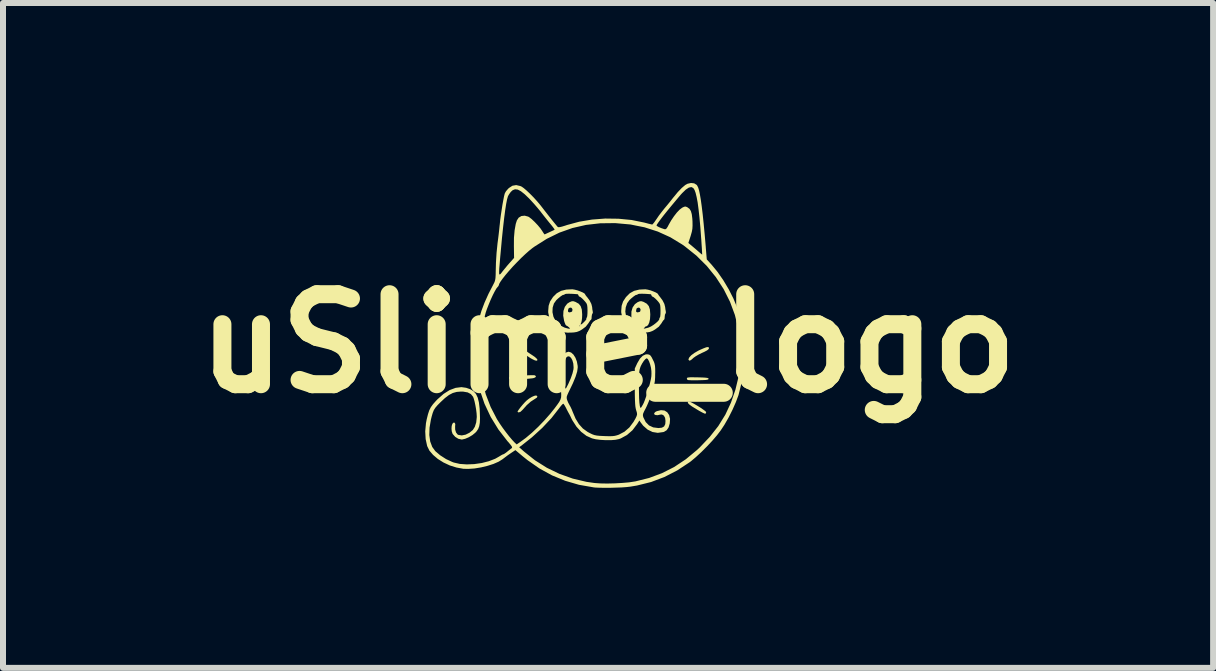
<source format=kicad_pcb>
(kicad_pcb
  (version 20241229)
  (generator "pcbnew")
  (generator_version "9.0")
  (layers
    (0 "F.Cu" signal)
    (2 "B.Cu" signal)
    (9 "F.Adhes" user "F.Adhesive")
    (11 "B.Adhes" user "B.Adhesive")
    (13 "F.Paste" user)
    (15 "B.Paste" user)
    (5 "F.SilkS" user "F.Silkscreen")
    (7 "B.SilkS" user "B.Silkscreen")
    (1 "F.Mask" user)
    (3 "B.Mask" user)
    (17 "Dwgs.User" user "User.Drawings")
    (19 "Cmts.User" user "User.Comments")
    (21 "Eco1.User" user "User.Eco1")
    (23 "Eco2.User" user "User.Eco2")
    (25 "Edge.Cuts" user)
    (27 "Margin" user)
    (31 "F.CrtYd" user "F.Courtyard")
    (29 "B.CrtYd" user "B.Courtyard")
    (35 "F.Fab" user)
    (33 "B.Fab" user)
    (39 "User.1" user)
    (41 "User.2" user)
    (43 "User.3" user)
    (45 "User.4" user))
  (footprint "uSlime_logo"
    (layer "F.Cu")
    (at 7.086 2.676)
    (property "Reference" "uSlime_logo" (at 0 0 0) (layer "F.SilkS") (effects (font (size 1.5 1.5) (thickness 0.3))))
    (attr board_only exclude_from_pos_files exclude_from_bom)
    (fp_poly (pts (xy 1.356 0.968) (xy 1.391 0.983) (xy 1.436 1.007) (xy 1.487 1.037) (xy 1.538 1.068) (xy 1.583 1.099) (xy 1.617 1.124) (xy 1.634 1.142) (xy 1.635 1.145) (xy 1.627 1.166) (xy 1.621 1.171) (xy 1.604 1.166) (xy 1.57 1.15) (xy 1.522 1.124) (xy 1.467 1.091) (xy 1.4 1.05) (xy 1.356 1.018) (xy 1.333 0.995) (xy 1.328 0.978) (xy 1.339 0.965)) (stroke (width 0) (type solid)) (fill yes) (layer "F.SilkS"))
    (fp_poly (pts (xy -1.195 0.867) (xy -1.178 0.882) (xy -1.186 0.901) (xy -1.222 0.925) (xy -1.23 0.93) (xy -1.29 0.969) (xy -1.356 1.028) (xy -1.424 1.104) (xy -1.425 1.105) (xy -1.461 1.139) (xy -1.491 1.149) (xy -1.509 1.14) (xy -1.505 1.126) (xy -1.486 1.098) (xy -1.458 1.061) (xy -1.423 1.019) (xy -1.387 0.979) (xy -1.354 0.947) (xy -1.315 0.917) (xy -1.271 0.89) (xy -1.23 0.872) (xy -1.201 0.866)) (stroke (width 0) (type solid)) (fill yes) (layer "F.SilkS"))
    (fp_poly (pts (xy 1.68 0.067) (xy 1.682 0.078) (xy 1.675 0.094) (xy 1.651 0.114) (xy 1.606 0.138) (xy 1.568 0.155) (xy 1.511 0.183) (xy 1.46 0.213) (xy 1.423 0.239) (xy 1.415 0.247) (xy 1.38 0.277) (xy 1.355 0.286) (xy 1.342 0.273) (xy 1.34 0.261) (xy 1.353 0.232) (xy 1.386 0.196) (xy 1.437 0.158) (xy 1.501 0.121) (xy 1.521 0.111) (xy 1.589 0.081) (xy 1.636 0.063) (xy 1.666 0.059)) (stroke (width 0) (type solid)) (fill yes) (layer "F.SilkS"))
    (fp_poly (pts (xy -1.221 0.53) (xy -1.221 0.53) (xy -1.203 0.544) (xy -1.208 0.56) (xy -1.233 0.574) (xy -1.262 0.58) (xy -1.331 0.587) (xy -1.405 0.592) (xy -1.477 0.596) (xy -1.543 0.597) (xy -1.597 0.596) (xy -1.634 0.593) (xy -1.648 0.588) (xy -1.65 0.566) (xy -1.646 0.561) (xy -1.629 0.556) (xy -1.591 0.55) (xy -1.537 0.545) (xy -1.473 0.539) (xy -1.406 0.534) (xy -1.341 0.53) (xy -1.285 0.528) (xy -1.243 0.528)) (stroke (width 0) (type solid)) (fill yes) (layer "F.SilkS"))
    (fp_poly (pts (xy 1.494 0.564) (xy 1.569 0.566) (xy 1.621 0.569) (xy 1.653 0.573) (xy 1.67 0.579) (xy 1.676 0.587) (xy 1.676 0.588) (xy 1.671 0.597) (xy 1.656 0.603) (xy 1.624 0.608) (xy 1.574 0.61) (xy 1.504 0.612) (xy 1.438 0.613) (xy 1.382 0.612) (xy 1.342 0.61) (xy 1.323 0.607) (xy 1.323 0.607) (xy 1.314 0.586) (xy 1.313 0.579) (xy 1.318 0.571) (xy 1.336 0.566) (xy 1.37 0.563) (xy 1.424 0.563)) (stroke (width 0) (type solid)) (fill yes) (layer "F.SilkS"))
    (fp_poly (pts (xy -1.502 0.014) (xy -1.462 0.047) (xy -1.451 0.056) (xy -1.4 0.099) (xy -1.338 0.145) (xy -1.278 0.185) (xy -1.275 0.187) (xy -1.222 0.223) (xy -1.189 0.253) (xy -1.176 0.274) (xy -1.185 0.285) (xy -1.2 0.286) (xy -1.225 0.279) (xy -1.262 0.261) (xy -1.293 0.244) (xy -1.343 0.211) (xy -1.397 0.172) (xy -1.45 0.131) (xy -1.496 0.092) (xy -1.53 0.06) (xy -1.545 0.042) (xy -1.55 0.013) (xy -1.543 0.003) (xy -1.528 0.000292)) (stroke (width 0) (type solid)) (fill yes) (layer "F.SilkS"))
    (fp_poly (pts (xy 0.66 -0.898) (xy 0.707 -0.886) (xy 0.755 -0.868) (xy 0.797 -0.85) (xy 0.826 -0.832) (xy 0.834 -0.82) (xy 0.843 -0.805) (xy 0.863 -0.779) (xy 0.865 -0.777) (xy 0.908 -0.719) (xy 0.938 -0.66) (xy 0.951 -0.609) (xy 0.956 -0.567) (xy 0.962 -0.537) (xy 0.963 -0.51) (xy 0.957 -0.499) (xy 0.948 -0.481) (xy 0.944 -0.448) (xy 0.944 -0.444) (xy 0.941 -0.412) (xy 0.934 -0.397) (xy 0.933 -0.397) (xy 0.921 -0.386) (xy 0.902 -0.358) (xy 0.891 -0.339) (xy 0.845 -0.28) (xy 0.783 -0.234) (xy 0.737 -0.208) (xy 0.696 -0.193) (xy 0.649 -0.185) (xy 0.603 -0.182) (xy 0.541 -0.181) (xy 0.495 -0.186) (xy 0.454 -0.198) (xy 0.438 -0.205) (xy 0.351 -0.26) (xy 0.285 -0.331) (xy 0.241 -0.417) (xy 0.22 -0.513) (xy 0.219 -0.533) (xy 0.287 -0.533) (xy 0.296 -0.48) (xy 0.32 -0.421) (xy 0.352 -0.365) (xy 0.388 -0.323) (xy 0.394 -0.319) (xy 0.432 -0.29) (xy 0.406 -0.367) (xy 0.388 -0.452) (xy 0.389 -0.532) (xy 0.396 -0.557) (xy 0.468 -0.557) (xy 0.468 -0.53) (xy 0.483 -0.52) (xy 0.497 -0.52) (xy 0.526 -0.527) (xy 0.538 -0.54) (xy 0.541 -0.573) (xy 0.525 -0.595) (xy 0.501 -0.599) (xy 0.476 -0.585) (xy 0.468 -0.557) (xy 0.396 -0.557) (xy 0.409 -0.601) (xy 0.447 -0.656) (xy 0.492 -0.689) (xy 0.526 -0.703) (xy 0.553 -0.706) (xy 0.586 -0.696) (xy 0.597 -0.691) (xy 0.646 -0.663) (xy 0.679 -0.623) (xy 0.697 -0.567) (xy 0.703 -0.489) (xy 0.703 -0.479) (xy 0.699 -0.407) (xy 0.686 -0.349) (xy 0.667 -0.308) (xy 0.643 -0.288) (xy 0.636 -0.287) (xy 0.618 -0.28) (xy 0.616 -0.275) (xy 0.604 -0.261) (xy 0.592 -0.256) (xy 0.575 -0.25) (xy 0.585 -0.248) (xy 0.591 -0.248) (xy 0.617 -0.251) (xy 0.658 -0.261) (xy 0.68 -0.268) (xy 0.717 -0.285) (xy 0.758 -0.311) (xy 0.798 -0.342) (xy 0.831 -0.372) (xy 0.851 -0.397) (xy 0.854 -0.412) (xy 0.857 -0.427) (xy 0.862 -0.431) (xy 0.869 -0.449) (xy 0.873 -0.488) (xy 0.874 -0.544) (xy 0.874 -0.549) (xy 0.872 -0.605) (xy 0.868 -0.641) (xy 0.858 -0.668) (xy 0.839 -0.694) (xy 0.817 -0.719) (xy 0.784 -0.752) (xy 0.757 -0.774) (xy 0.743 -0.78) (xy 0.727 -0.791) (xy 0.725 -0.8) (xy 0.716 -0.819) (xy 0.708 -0.822) (xy 0.625 -0.828) (xy 0.56 -0.83) (xy 0.515 -0.828) (xy 0.494 -0.822) (xy 0.492 -0.82) (xy 0.485 -0.811) (xy 0.481 -0.812) (xy 0.462 -0.809) (xy 0.429 -0.787) (xy 0.384 -0.75) (xy 0.355 -0.723) (xy 0.318 -0.671) (xy 0.294 -0.602) (xy 0.287 -0.533) (xy 0.219 -0.533) (xy 0.219 -0.544) (xy 0.226 -0.629) (xy 0.25 -0.701) (xy 0.296 -0.771) (xy 0.301 -0.777) (xy 0.362 -0.838) (xy 0.434 -0.878) (xy 0.521 -0.899) (xy 0.621 -0.904)) (stroke (width 0) (type solid)) (fill yes) (layer "F.SilkS"))
    (fp_poly (pts (xy -0.558 -0.898) (xy -0.511 -0.886) (xy -0.462 -0.868) (xy -0.42 -0.85) (xy -0.391 -0.832) (xy -0.383 -0.82) (xy -0.375 -0.805) (xy -0.355 -0.779) (xy -0.352 -0.777) (xy -0.309 -0.719) (xy -0.279 -0.66) (xy -0.266 -0.609) (xy -0.262 -0.567) (xy -0.256 -0.537) (xy -0.254 -0.51) (xy -0.261 -0.499) (xy -0.269 -0.481) (xy -0.274 -0.448) (xy -0.274 -0.444) (xy -0.276 -0.412) (xy -0.283 -0.397) (xy -0.284 -0.397) (xy -0.296 -0.386) (xy -0.315 -0.358) (xy -0.327 -0.339) (xy -0.373 -0.28) (xy -0.435 -0.234) (xy -0.481 -0.208) (xy -0.521 -0.193) (xy -0.568 -0.185) (xy -0.615 -0.182) (xy -0.677 -0.181) (xy -0.723 -0.186) (xy -0.763 -0.198) (xy -0.78 -0.205) (xy -0.866 -0.26) (xy -0.932 -0.331) (xy -0.977 -0.417) (xy -0.997 -0.513) (xy -0.998 -0.523) (xy -0.927 -0.523) (xy -0.911 -0.447) (xy -0.877 -0.378) (xy -0.839 -0.334) (xy -0.787 -0.296) (xy -0.725 -0.265) (xy -0.666 -0.249) (xy -0.651 -0.247) (xy -0.635 -0.248) (xy -0.639 -0.257) (xy -0.657 -0.274) (xy -0.682 -0.293) (xy -0.685 -0.294) (xy -0.479 -0.294) (xy -0.472 -0.287) (xy -0.465 -0.294) (xy -0.472 -0.301) (xy -0.479 -0.294) (xy -0.685 -0.294) (xy -0.699 -0.301) (xy -0.709 -0.313) (xy -0.722 -0.344) (xy -0.733 -0.378) (xy -0.748 -0.464) (xy -0.744 -0.544) (xy -0.739 -0.557) (xy -0.668 -0.557) (xy -0.667 -0.53) (xy -0.652 -0.52) (xy -0.638 -0.52) (xy -0.61 -0.527) (xy -0.597 -0.54) (xy -0.594 -0.573) (xy -0.61 -0.595) (xy -0.634 -0.599) (xy -0.659 -0.585) (xy -0.668 -0.557) (xy -0.739 -0.557) (xy -0.721 -0.611) (xy -0.681 -0.664) (xy -0.644 -0.688) (xy -0.609 -0.703) (xy -0.583 -0.706) (xy -0.55 -0.696) (xy -0.539 -0.691) (xy -0.489 -0.663) (xy -0.457 -0.623) (xy -0.438 -0.566) (xy -0.432 -0.489) (xy -0.432 -0.479) (xy -0.434 -0.424) (xy -0.44 -0.377) (xy -0.448 -0.347) (xy -0.449 -0.345) (xy -0.459 -0.321) (xy -0.452 -0.316) (xy -0.431 -0.33) (xy -0.397 -0.362) (xy -0.397 -0.362) (xy -0.372 -0.39) (xy -0.361 -0.407) (xy -0.361 -0.41) (xy -0.364 -0.419) (xy -0.357 -0.429) (xy -0.348 -0.454) (xy -0.344 -0.5) (xy -0.343 -0.554) (xy -0.345 -0.608) (xy -0.35 -0.644) (xy -0.361 -0.671) (xy -0.382 -0.698) (xy -0.401 -0.719) (xy -0.433 -0.752) (xy -0.46 -0.774) (xy -0.474 -0.78) (xy -0.49 -0.791) (xy -0.492 -0.8) (xy -0.502 -0.819) (xy -0.51 -0.822) (xy -0.592 -0.828) (xy -0.658 -0.83) (xy -0.702 -0.828) (xy -0.724 -0.822) (xy -0.725 -0.82) (xy -0.733 -0.811) (xy -0.736 -0.812) (xy -0.755 -0.809) (xy -0.789 -0.787) (xy -0.834 -0.75) (xy -0.863 -0.723) (xy -0.903 -0.667) (xy -0.924 -0.598) (xy -0.927 -0.523) (xy -0.998 -0.523) (xy -0.998 -0.544) (xy -0.991 -0.629) (xy -0.967 -0.701) (xy -0.921 -0.771) (xy -0.917 -0.777) (xy -0.855 -0.838) (xy -0.783 -0.878) (xy -0.697 -0.899) (xy -0.597 -0.904)) (stroke (width 0) (type solid)) (fill yes) (layer "F.SilkS"))
    (fp_poly (pts (xy 1.435 -2.67) (xy 1.477 -2.644) (xy 1.486 -2.631) (xy 1.502 -2.599) (xy 1.517 -2.55) (xy 1.531 -2.482) (xy 1.546 -2.394) (xy 1.561 -2.285) (xy 1.577 -2.153) (xy 1.593 -1.998) (xy 1.61 -1.819) (xy 1.628 -1.613) (xy 1.629 -1.594) (xy 1.645 -1.402) (xy 1.726 -1.313) (xy 1.825 -1.193) (xy 1.922 -1.053) (xy 2.012 -0.902) (xy 2.09 -0.748) (xy 2.152 -0.598) (xy 2.165 -0.559) (xy 2.226 -0.334) (xy 2.263 -0.1) (xy 2.277 0.14) (xy 2.267 0.381) (xy 2.234 0.618) (xy 2.177 0.847) (xy 2.173 0.862) (xy 2.13 0.977) (xy 2.074 1.104) (xy 2.009 1.233) (xy 1.939 1.355) (xy 1.877 1.449) (xy 1.814 1.531) (xy 1.735 1.623) (xy 1.647 1.717) (xy 1.554 1.81) (xy 1.464 1.893) (xy 1.382 1.962) (xy 1.358 1.98) (xy 1.153 2.115) (xy 0.939 2.225) (xy 0.716 2.309) (xy 0.482 2.367) (xy 0.369 2.386) (xy 0.306 2.393) (xy 0.225 2.399) (xy 0.132 2.402) (xy 0.036 2.405) (xy -0.058 2.405) (xy -0.143 2.404) (xy -0.211 2.401) (xy -0.239 2.398) (xy -0.485 2.355) (xy -0.715 2.288) (xy -0.934 2.198) (xy -1.142 2.084) (xy -1.343 1.944) (xy -1.419 1.883) (xy -1.545 1.777) (xy -1.617 1.825) (xy -1.671 1.862) (xy -1.728 1.905) (xy -1.758 1.928) (xy -1.823 1.969) (xy -1.91 2.007) (xy -2.01 2.039) (xy -2.118 2.065) (xy -2.227 2.083) (xy -2.331 2.09) (xy -2.413 2.088) (xy -2.527 2.067) (xy -2.639 2.032) (xy -2.744 1.983) (xy -2.838 1.924) (xy -2.917 1.857) (xy -2.978 1.786) (xy -3.015 1.711) (xy -3.016 1.708) (xy -3.041 1.593) (xy -3.048 1.464) (xy -3.036 1.33) (xy -3.023 1.262) (xy -3.002 1.178) (xy -2.981 1.114) (xy -2.954 1.061) (xy -2.918 1.011) (xy -2.869 0.956) (xy -2.842 0.928) (xy -2.741 0.839) (xy -2.641 0.776) (xy -2.541 0.739) (xy -2.444 0.727) (xy -2.366 0.738) (xy -2.297 0.762) (xy -2.243 0.795) (xy -2.202 0.841) (xy -2.173 0.902) (xy -2.153 0.983) (xy -2.141 1.085) (xy -2.138 1.149) (xy -2.135 1.246) (xy -2.138 1.32) (xy -2.148 1.378) (xy -2.165 1.424) (xy -2.191 1.463) (xy -2.212 1.486) (xy -2.261 1.526) (xy -2.321 1.562) (xy -2.382 1.588) (xy -2.434 1.6) (xy -2.442 1.6) (xy -2.496 1.588) (xy -2.548 1.556) (xy -2.588 1.511) (xy -2.593 1.503) (xy -2.606 1.463) (xy -2.61 1.418) (xy -2.607 1.375) (xy -2.596 1.34) (xy -2.58 1.32) (xy -2.559 1.319) (xy -2.558 1.32) (xy -2.547 1.342) (xy -2.55 1.383) (xy -2.549 1.435) (xy -2.535 1.482) (xy -2.509 1.516) (xy -2.496 1.523) (xy -2.439 1.532) (xy -2.374 1.519) (xy -2.31 1.487) (xy -2.254 1.441) (xy -2.221 1.388) (xy -2.198 1.315) (xy -2.189 1.228) (xy -2.189 1.215) (xy -2.192 1.163) (xy -2.2 1.098) (xy -2.212 1.029) (xy -2.226 0.964) (xy -2.241 0.912) (xy -2.251 0.887) (xy -2.287 0.843) (xy -2.34 0.815) (xy -2.414 0.802) (xy -2.455 0.801) (xy -2.525 0.807) (xy -2.589 0.825) (xy -2.652 0.858) (xy -2.719 0.909) (xy -2.789 0.974) (xy -2.842 1.027) (xy -2.878 1.069) (xy -2.904 1.109) (xy -2.923 1.156) (xy -2.94 1.215) (xy -2.953 1.267) (xy -2.976 1.403) (xy -2.98 1.525) (xy -2.965 1.633) (xy -2.931 1.724) (xy -2.88 1.794) (xy -2.799 1.863) (xy -2.701 1.926) (xy -2.596 1.975) (xy -2.571 1.984) (xy -2.471 2.007) (xy -2.355 2.015) (xy -2.231 2.01) (xy -2.106 1.992) (xy -1.988 1.962) (xy -1.882 1.921) (xy -1.82 1.886) (xy -1.784 1.864) (xy -1.756 1.849) (xy -1.747 1.847) (xy -1.729 1.838) (xy -1.7 1.818) (xy -1.689 1.809) (xy -1.653 1.78) (xy -1.621 1.755) (xy -1.615 1.751) (xy -1.603 1.741) (xy -1.6 1.729) (xy -1.607 1.713) (xy -1.627 1.686) (xy -1.661 1.645) (xy -1.677 1.628) (xy -1.828 1.433) (xy -1.956 1.225) (xy -2.06 1.004) (xy -2.139 0.773) (xy -2.177 0.618) (xy -2.191 0.529) (xy -2.202 0.421) (xy -2.21 0.301) (xy -2.214 0.177) (xy -2.214 0.164) (xy -2.146 0.164) (xy -2.133 0.396) (xy -2.097 0.624) (xy -2.039 0.846) (xy -1.957 1.059) (xy -1.853 1.26) (xy -1.802 1.34) (xy -1.755 1.408) (xy -1.703 1.478) (xy -1.65 1.546) (xy -1.601 1.604) (xy -1.562 1.646) (xy -1.557 1.651) (xy -1.524 1.682) (xy -1.465 1.642) (xy -1.372 1.574) (xy -1.27 1.488) (xy -1.165 1.389) (xy -1.062 1.282) (xy -0.965 1.172) (xy -0.892 1.081) (xy -0.846 1.019) (xy -0.814 0.973) (xy -0.794 0.934) (xy -0.783 0.897) (xy -0.781 0.853) (xy -0.784 0.796) (xy -0.79 0.722) (xy -0.799 0.583) (xy -0.799 0.472) (xy -0.73 0.472) (xy -0.729 0.543) (xy -0.727 0.612) (xy -0.724 0.672) (xy -0.718 0.719) (xy -0.711 0.747) (xy -0.705 0.752) (xy -0.698 0.741) (xy -0.682 0.711) (xy -0.663 0.674) (xy -0.622 0.58) (xy -0.593 0.497) (xy -0.577 0.429) (xy -0.575 0.398) (xy -0.58 0.334) (xy -0.595 0.28) (xy -0.617 0.24) (xy -0.643 0.217) (xy -0.669 0.213) (xy -0.695 0.231) (xy -0.711 0.259) (xy -0.719 0.291) (xy -0.724 0.34) (xy -0.728 0.402) (xy -0.73 0.472) (xy -0.799 0.472) (xy -0.8 0.448) (xy -0.793 0.325) (xy -0.785 0.264) (xy -0.768 0.22) (xy -0.736 0.178) (xy -0.697 0.148) (xy -0.658 0.137) (xy -0.616 0.15) (xy -0.577 0.185) (xy -0.544 0.237) (xy -0.52 0.301) (xy -0.507 0.372) (xy -0.506 0.399) (xy -0.515 0.466) (xy -0.542 0.554) (xy -0.586 0.661) (xy -0.631 0.755) (xy -0.66 0.815) (xy -0.679 0.857) (xy -0.689 0.886) (xy -0.69 0.909) (xy -0.686 0.931) (xy -0.683 0.941) (xy -0.665 0.985) (xy -0.644 1.024) (xy -0.643 1.026) (xy -0.625 1.058) (xy -0.604 1.103) (xy -0.59 1.139) (xy -0.541 1.254) (xy -0.485 1.345) (xy -0.42 1.417) (xy -0.342 1.473) (xy -0.305 1.493) (xy -0.264 1.513) (xy -0.228 1.526) (xy -0.189 1.534) (xy -0.141 1.539) (xy -0.076 1.542) (xy -0.056 1.543) (xy 0.017 1.545) (xy 0.07 1.544) (xy 0.112 1.539) (xy 0.148 1.53) (xy 0.18 1.519) (xy 0.273 1.47) (xy 0.355 1.399) (xy 0.422 1.309) (xy 0.426 1.303) (xy 0.457 1.249) (xy 0.475 1.211) (xy 0.483 1.183) (xy 0.481 1.156) (xy 0.472 1.124) (xy 0.468 1.113) (xy 0.461 1.085) (xy 0.455 1.05) (xy 0.451 1.004) (xy 0.448 0.943) (xy 0.446 0.863) (xy 0.445 0.761) (xy 0.445 0.732) (xy 0.445 0.698) (xy 0.514 0.698) (xy 0.515 0.815) (xy 0.517 0.912) (xy 0.522 0.988) (xy 0.529 1.041) (xy 0.537 1.069) (xy 0.547 1.072) (xy 0.547 1.072) (xy 0.559 1.054) (xy 0.579 1.02) (xy 0.594 0.991) (xy 0.61 0.951) (xy 0.631 0.892) (xy 0.654 0.822) (xy 0.676 0.748) (xy 0.678 0.738) (xy 0.699 0.658) (xy 0.713 0.597) (xy 0.721 0.548) (xy 0.723 0.505) (xy 0.722 0.459) (xy 0.722 0.459) (xy 0.715 0.403) (xy 0.701 0.348) (xy 0.684 0.299) (xy 0.665 0.263) (xy 0.648 0.247) (xy 0.645 0.246) (xy 0.624 0.258) (xy 0.596 0.289) (xy 0.568 0.332) (xy 0.545 0.376) (xy 0.535 0.403) (xy 0.527 0.43) (xy 0.521 0.462) (xy 0.518 0.503) (xy 0.515 0.56) (xy 0.514 0.636) (xy 0.514 0.698) (xy 0.445 0.698) (xy 0.445 0.417) (xy 0.487 0.327) (xy 0.531 0.252) (xy 0.578 0.204) (xy 0.628 0.181) (xy 0.66 0.18) (xy 0.686 0.186) (xy 0.705 0.199) (xy 0.725 0.227) (xy 0.745 0.267) (xy 0.764 0.305) (xy 0.775 0.338) (xy 0.782 0.373) (xy 0.785 0.417) (xy 0.786 0.479) (xy 0.785 0.499) (xy 0.784 0.568) (xy 0.78 0.624) (xy 0.771 0.676) (xy 0.757 0.734) (xy 0.735 0.807) (xy 0.733 0.814) (xy 0.708 0.89) (xy 0.678 0.967) (xy 0.648 1.037) (xy 0.627 1.081) (xy 0.6 1.132) (xy 0.585 1.166) (xy 0.58 1.191) (xy 0.583 1.213) (xy 0.588 1.231) (xy 0.627 1.309) (xy 0.682 1.365) (xy 0.752 1.398) (xy 0.839 1.409) (xy 0.839 1.409) (xy 0.897 1.403) (xy 0.934 1.382) (xy 0.953 1.343) (xy 0.957 1.29) (xy 0.95 1.238) (xy 0.929 1.201) (xy 0.898 1.183) (xy 0.871 1.185) (xy 0.825 1.195) (xy 0.79 1.192) (xy 0.77 1.18) (xy 0.768 1.162) (xy 0.787 1.141) (xy 0.812 1.128) (xy 0.881 1.111) (xy 0.94 1.117) (xy 0.986 1.146) (xy 1.018 1.193) (xy 1.033 1.256) (xy 1.028 1.331) (xy 1.008 1.399) (xy 0.977 1.445) (xy 0.933 1.472) (xy 0.92 1.476) (xy 0.828 1.489) (xy 0.741 1.475) (xy 0.659 1.435) (xy 0.586 1.371) (xy 0.543 1.315) (xy 0.522 1.283) (xy 0.485 1.342) (xy 0.407 1.445) (xy 0.315 1.525) (xy 0.211 1.582) (xy 0.18 1.593) (xy 0.122 1.605) (xy 0.047 1.611) (xy -0.039 1.611) (xy -0.126 1.606) (xy -0.206 1.596) (xy -0.268 1.581) (xy -0.361 1.539) (xy -0.449 1.472) (xy -0.527 1.386) (xy -0.593 1.284) (xy -0.61 1.252) (xy -0.63 1.209) (xy -0.648 1.175) (xy -0.655 1.163) (xy -0.668 1.139) (xy -0.688 1.101) (xy -0.701 1.074) (xy -0.722 1.036) (xy -0.739 1.01) (xy -0.747 1.003) (xy -0.76 1.012) (xy -0.784 1.038) (xy -0.813 1.075) (xy -0.814 1.077) (xy -0.944 1.243) (xy -1.097 1.406) (xy -1.269 1.563) (xy -1.428 1.689) (xy -1.482 1.729) (xy -1.401 1.801) (xy -1.219 1.946) (xy -1.021 2.071) (xy -0.81 2.173) (xy -0.588 2.252) (xy -0.359 2.306) (xy -0.226 2.325) (xy -0.128 2.332) (xy -0.013 2.334) (xy 0.111 2.331) (xy 0.235 2.324) (xy 0.351 2.314) (xy 0.449 2.299) (xy 0.456 2.298) (xy 0.684 2.241) (xy 0.899 2.161) (xy 1.102 2.058) (xy 1.296 1.929) (xy 1.482 1.775) (xy 1.528 1.732) (xy 1.695 1.556) (xy 1.837 1.376) (xy 1.954 1.187) (xy 2.048 0.986) (xy 2.122 0.772) (xy 2.171 0.568) (xy 2.182 0.49) (xy 2.19 0.391) (xy 2.194 0.279) (xy 2.196 0.16) (xy 2.194 0.041) (xy 2.189 -0.072) (xy 2.181 -0.172) (xy 2.17 -0.246) (xy 2.114 -0.475) (xy 2.032 -0.696) (xy 1.926 -0.907) (xy 1.796 -1.107) (xy 1.645 -1.293) (xy 1.472 -1.465) (xy 1.28 -1.619) (xy 1.235 -1.651) (xy 1.038 -1.771) (xy 0.829 -1.866) (xy 0.608 -1.937) (xy 0.457 -1.967) (xy 0.807 -1.967) (xy 0.819 -1.956) (xy 0.848 -1.94) (xy 0.888 -1.923) (xy 0.93 -1.909) (xy 0.939 -1.906) (xy 0.957 -1.905) (xy 0.973 -1.916) (xy 0.992 -1.944) (xy 1.01 -1.979) (xy 1.051 -2.051) (xy 1.098 -2.121) (xy 1.147 -2.184) (xy 1.194 -2.233) (xy 1.234 -2.263) (xy 1.235 -2.264) (xy 1.269 -2.28) (xy 1.292 -2.283) (xy 1.317 -2.274) (xy 1.323 -2.27) (xy 1.357 -2.245) (xy 1.38 -2.208) (xy 1.395 -2.156) (xy 1.404 -2.084) (xy 1.407 -2.035) (xy 1.408 -1.966) (xy 1.405 -1.912) (xy 1.396 -1.863) (xy 1.38 -1.806) (xy 1.375 -1.789) (xy 1.338 -1.676) (xy 1.404 -1.621) (xy 1.449 -1.583) (xy 1.494 -1.544) (xy 1.518 -1.523) (xy 1.547 -1.498) (xy 1.565 -1.484) (xy 1.569 -1.482) (xy 1.568 -1.496) (xy 1.566 -1.533) (xy 1.563 -1.588) (xy 1.558 -1.659) (xy 1.553 -1.74) (xy 1.552 -1.751) (xy 1.538 -1.939) (xy 1.523 -2.101) (xy 1.508 -2.237) (xy 1.493 -2.351) (xy 1.476 -2.441) (xy 1.459 -2.511) (xy 1.441 -2.56) (xy 1.421 -2.591) (xy 1.389 -2.608) (xy 1.346 -2.599) (xy 1.295 -2.565) (xy 1.234 -2.506) (xy 1.211 -2.481) (xy 1.132 -2.387) (xy 1.057 -2.297) (xy 0.988 -2.213) (xy 0.927 -2.137) (xy 0.877 -2.072) (xy 0.839 -2.02) (xy 0.815 -1.985) (xy 0.807 -1.967) (xy 0.457 -1.967) (xy 0.375 -1.984) (xy 0.129 -2.006) (xy 0.116 -2.007) (xy -0.132 -2.004) (xy -0.368 -1.977) (xy -0.595 -1.925) (xy -0.812 -1.848) (xy -1.022 -1.745) (xy -1.226 -1.616) (xy -1.261 -1.591) (xy -1.317 -1.546) (xy -1.38 -1.49) (xy -1.449 -1.425) (xy -1.519 -1.354) (xy -1.588 -1.282) (xy -1.653 -1.209) (xy -1.711 -1.141) (xy -1.759 -1.08) (xy -1.795 -1.029) (xy -1.816 -0.992) (xy -1.819 -0.978) (xy -1.829 -0.956) (xy -1.841 -0.943) (xy -1.862 -0.917) (xy -1.889 -0.87) (xy -1.921 -0.808) (xy -1.955 -0.734) (xy -1.988 -0.655) (xy -2.019 -0.576) (xy -2.038 -0.521) (xy -2.098 -0.297) (xy -2.134 -0.068) (xy -2.146 0.164) (xy -2.214 0.164) (xy -2.214 0.058) (xy -2.209 -0.05) (xy -2.203 -0.119) (xy -2.181 -0.269) (xy -2.151 -0.409) (xy -2.111 -0.545) (xy -2.059 -0.682) (xy -1.994 -0.827) (xy -1.912 -0.986) (xy -1.91 -0.99) (xy -1.893 -1.024) (xy -1.883 -1.055) (xy -1.877 -1.092) (xy -1.874 -1.143) (xy -1.873 -1.199) (xy -1.816 -1.199) (xy -1.816 -1.166) (xy -1.811 -1.151) (xy -1.802 -1.152) (xy -1.787 -1.166) (xy -1.768 -1.191) (xy -1.755 -1.208) (xy -1.723 -1.247) (xy -1.682 -1.297) (xy -1.64 -1.345) (xy -1.639 -1.346) (xy -1.567 -1.427) (xy -1.57 -1.62) (xy -1.569 -1.763) (xy -1.558 -1.888) (xy -1.539 -1.994) (xy -1.52 -2.053) (xy -1.49 -2.098) (xy -1.445 -2.125) (xy -1.39 -2.131) (xy -1.334 -2.116) (xy -1.318 -2.108) (xy -1.275 -2.075) (xy -1.224 -2.027) (xy -1.172 -1.972) (xy -1.126 -1.917) (xy -1.099 -1.877) (xy -1.078 -1.844) (xy -1.063 -1.823) (xy -1.059 -1.819) (xy -1.046 -1.824) (xy -1.016 -1.838) (xy -0.977 -1.856) (xy -0.938 -1.874) (xy -0.906 -1.889) (xy -0.891 -1.897) (xy -0.896 -1.908) (xy -0.916 -1.936) (xy -0.946 -1.974) (xy -0.966 -1.998) (xy -1.014 -2.057) (xy -1.068 -2.125) (xy -1.118 -2.189) (xy -1.126 -2.2) (xy -1.172 -2.256) (xy -1.228 -2.321) (xy -1.286 -2.385) (xy -1.318 -2.419) (xy -1.392 -2.49) (xy -1.454 -2.539) (xy -1.506 -2.566) (xy -1.551 -2.571) (xy -1.59 -2.556) (xy -1.621 -2.528) (xy -1.648 -2.491) (xy -1.668 -2.457) (xy -1.67 -2.451) (xy -1.684 -2.402) (xy -1.699 -2.326) (xy -1.715 -2.223) (xy -1.732 -2.093) (xy -1.75 -1.937) (xy -1.769 -1.755) (xy -1.788 -1.546) (xy -1.799 -1.429) (xy -1.807 -1.328) (xy -1.814 -1.252) (xy -1.816 -1.199) (xy -1.873 -1.199) (xy -1.873 -1.202) (xy -1.869 -1.35) (xy -1.859 -1.51) (xy -1.843 -1.669) (xy -1.833 -1.744) (xy -1.825 -1.809) (xy -1.816 -1.888) (xy -1.808 -1.966) (xy -1.805 -1.99) (xy -1.798 -2.061) (xy -1.787 -2.143) (xy -1.774 -2.228) (xy -1.761 -2.312) (xy -1.747 -2.388) (xy -1.735 -2.451) (xy -1.724 -2.495) (xy -1.72 -2.506) (xy -1.702 -2.538) (xy -1.671 -2.574) (xy -1.653 -2.592) (xy -1.595 -2.63) (xy -1.532 -2.641) (xy -1.463 -2.625) (xy -1.439 -2.614) (xy -1.404 -2.589) (xy -1.356 -2.548) (xy -1.3 -2.495) (xy -1.24 -2.434) (xy -1.182 -2.37) (xy -1.129 -2.307) (xy -1.101 -2.271) (xy -1.067 -2.227) (xy -1.024 -2.172) (xy -0.977 -2.112) (xy -0.93 -2.053) (xy -0.887 -2) (xy -0.854 -1.96) (xy -0.841 -1.945) (xy -0.829 -1.939) (xy -0.807 -1.94) (xy -0.771 -1.948) (xy -0.715 -1.965) (xy -0.682 -1.976) (xy -0.482 -2.03) (xy -0.269 -2.066) (xy -0.048 -2.083) (xy 0.174 -2.08) (xy 0.392 -2.059) (xy 0.599 -2.017) (xy 0.626 -2.01) (xy 0.675 -1.997) (xy 0.714 -1.988) (xy 0.735 -1.983) (xy 0.736 -1.983) (xy 0.748 -1.994) (xy 0.771 -2.022) (xy 0.799 -2.063) (xy 0.808 -2.075) (xy 0.848 -2.134) (xy 0.897 -2.198) (xy 0.943 -2.256) (xy 0.944 -2.257) (xy 0.991 -2.313) (xy 1.043 -2.377) (xy 1.087 -2.434) (xy 1.088 -2.434) (xy 1.161 -2.523) (xy 1.228 -2.593) (xy 1.286 -2.642) (xy 1.324 -2.663) (xy 1.382 -2.676)) (stroke (width 0) (type solid)) (fill yes) (layer "F.SilkS")))
  (gr_rect
    (start -3 -3)
    (end 17.171 8.082)
    (stroke (width 0.1) (type default))
    (fill no)
    (layer "Edge.Cuts")))
</source>
